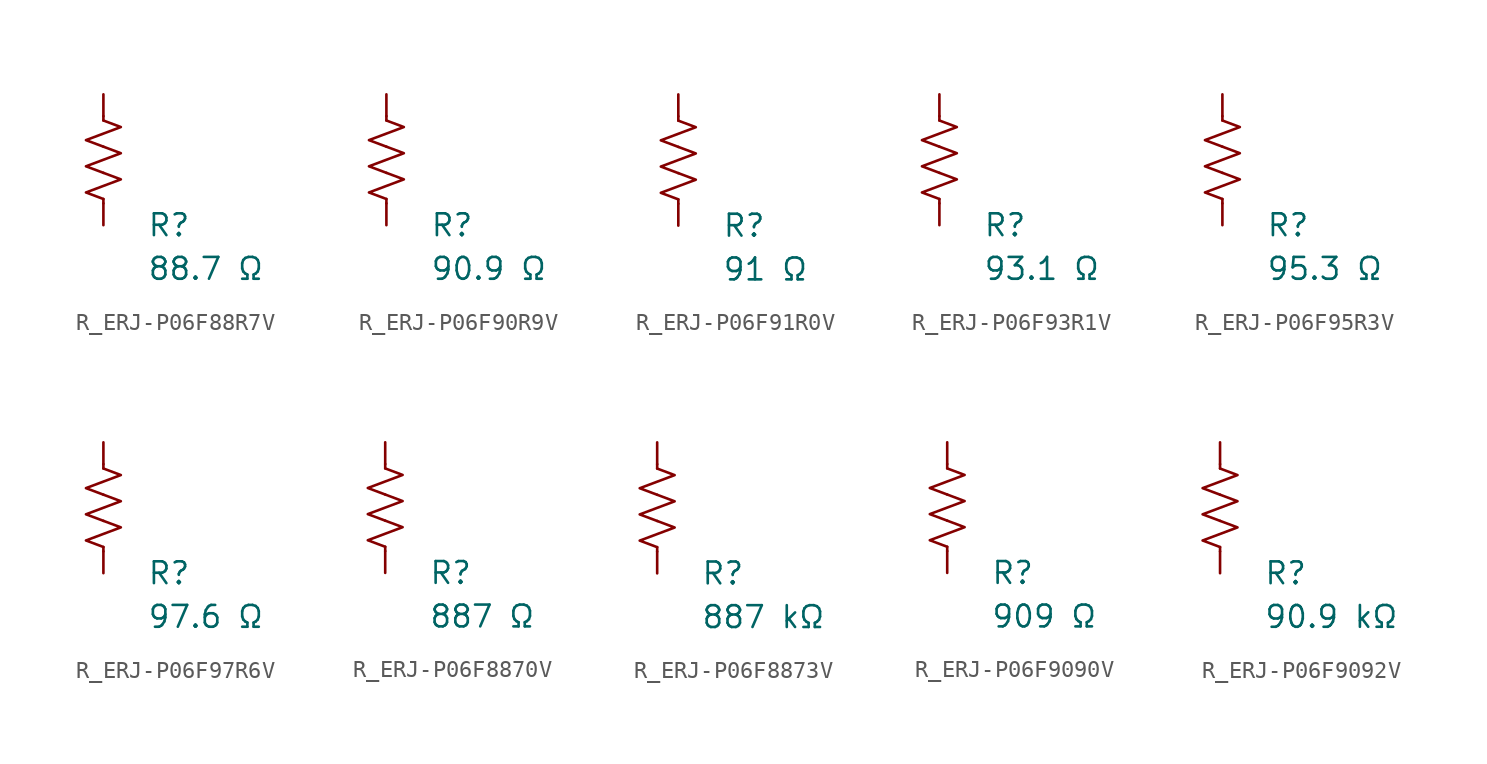
<source format=kicad_sym>
(kicad_symbol_lib
  (version 20231120)
  (generator "kicad_symbol_editor")
  (generator_version "8.0")
  (symbol "R_ERJ-P06F88R7V"
    (pin_numbers hide)
    (pin_names
      (offset 0))
    (property "Reference" "R"
      (at 2.54 -3.81 0)
      (effects (font (size 1.27 1.27)) (justify left))
      (show_name no))
    (property "Value" "88.7 Ω"
      (at 2.54 -6.35 0)
      (effects (font (size 1.27 1.27)) (justify left))
      (show_name no))
    (symbol "R_ERJ-P06F88R7V_0_1"
      (polyline (pts (xy 0 -2.286) (xy 0 -2.54)) (stroke (width 0) (type default)) (fill (type none)))
      (polyline (pts (xy 0 2.286) (xy 0 2.54)) (stroke (width 0) (type default)) (fill (type none)))
      (polyline (pts (xy 0 -0.762) (xy 1.016 -1.143) (xy 0 -1.524) (xy -1.016 -1.905) (xy 0 -2.286)) (stroke (width 0) (type default)) (fill (type none)))
      (polyline (pts (xy 0 0.762) (xy 1.016 0.381) (xy 0 0) (xy -1.016 -0.381) (xy 0 -0.762)) (stroke (width 0) (type default)) (fill (type none)))
      (polyline (pts (xy 0 2.286) (xy 1.016 1.905) (xy 0 1.524) (xy -1.016 1.143) (xy 0 0.762)) (stroke (width 0) (type default)) (fill (type none))))
    (symbol "R_ERJ-P06F88R7V_1_1"
      (pin passive line (at 0 3.81 270) (length 1.27) (name "~" (effects (font (size 1.27 1.27)))) (number "1" (effects (font (size 1.27 1.27)))))
      (pin passive line (at 0 -3.81 90) (length 1.27) (name "~" (effects (font (size 1.27 1.27)))) (number "2" (effects (font (size 1.27 1.27)))))))
  (symbol "R_ERJ-P06F90R9V"
    (pin_numbers hide)
    (pin_names
      (offset 0))
    (property "Reference" "R"
      (at 2.54 -3.81 0)
      (effects (font (size 1.27 1.27)) (justify left))
      (show_name no))
    (property "Value" "90.9 Ω"
      (at 2.54 -6.35 0)
      (effects (font (size 1.27 1.27)) (justify left))
      (show_name no))
    (symbol "R_ERJ-P06F90R9V_0_1"
      (polyline (pts (xy 0 -2.286) (xy 0 -2.54)) (stroke (width 0) (type default)) (fill (type none)))
      (polyline (pts (xy 0 2.286) (xy 0 2.54)) (stroke (width 0) (type default)) (fill (type none)))
      (polyline (pts (xy 0 -0.762) (xy 1.016 -1.143) (xy 0 -1.524) (xy -1.016 -1.905) (xy 0 -2.286)) (stroke (width 0) (type default)) (fill (type none)))
      (polyline (pts (xy 0 0.762) (xy 1.016 0.381) (xy 0 0) (xy -1.016 -0.381) (xy 0 -0.762)) (stroke (width 0) (type default)) (fill (type none)))
      (polyline (pts (xy 0 2.286) (xy 1.016 1.905) (xy 0 1.524) (xy -1.016 1.143) (xy 0 0.762)) (stroke (width 0) (type default)) (fill (type none))))
    (symbol "R_ERJ-P06F90R9V_1_1"
      (pin passive line (at 0 3.81 270) (length 1.27) (name "~" (effects (font (size 1.27 1.27)))) (number "1" (effects (font (size 1.27 1.27)))))
      (pin passive line (at 0 -3.81 90) (length 1.27) (name "~" (effects (font (size 1.27 1.27)))) (number "2" (effects (font (size 1.27 1.27)))))))
  (symbol "R_ERJ-P06F91R0V"
    (pin_numbers hide)
    (pin_names
      (offset 0))
    (property "Reference" "R"
      (at 2.54 -3.81 0)
      (effects (font (size 1.27 1.27)) (justify left))
      (show_name no))
    (property "Value" "91 Ω"
      (at 2.54 -6.35 0)
      (effects (font (size 1.27 1.27)) (justify left))
      (show_name no))
    (symbol "R_ERJ-P06F91R0V_0_1"
      (polyline (pts (xy 0 -2.286) (xy 0 -2.54)) (stroke (width 0) (type default)) (fill (type none)))
      (polyline (pts (xy 0 2.286) (xy 0 2.54)) (stroke (width 0) (type default)) (fill (type none)))
      (polyline (pts (xy 0 -0.762) (xy 1.016 -1.143) (xy 0 -1.524) (xy -1.016 -1.905) (xy 0 -2.286)) (stroke (width 0) (type default)) (fill (type none)))
      (polyline (pts (xy 0 0.762) (xy 1.016 0.381) (xy 0 0) (xy -1.016 -0.381) (xy 0 -0.762)) (stroke (width 0) (type default)) (fill (type none)))
      (polyline (pts (xy 0 2.286) (xy 1.016 1.905) (xy 0 1.524) (xy -1.016 1.143) (xy 0 0.762)) (stroke (width 0) (type default)) (fill (type none))))
    (symbol "R_ERJ-P06F91R0V_1_1"
      (pin passive line (at 0 3.81 270) (length 1.27) (name "~" (effects (font (size 1.27 1.27)))) (number "1" (effects (font (size 1.27 1.27)))))
      (pin passive line (at 0 -3.81 90) (length 1.27) (name "~" (effects (font (size 1.27 1.27)))) (number "2" (effects (font (size 1.27 1.27)))))))
  (symbol "R_ERJ-P06F93R1V"
    (pin_numbers hide)
    (pin_names
      (offset 0))
    (property "Reference" "R"
      (at 2.54 -3.81 0)
      (effects (font (size 1.27 1.27)) (justify left))
      (show_name no))
    (property "Value" "93.1 Ω"
      (at 2.54 -6.35 0)
      (effects (font (size 1.27 1.27)) (justify left))
      (show_name no))
    (symbol "R_ERJ-P06F93R1V_0_1"
      (polyline (pts (xy 0 -2.286) (xy 0 -2.54)) (stroke (width 0) (type default)) (fill (type none)))
      (polyline (pts (xy 0 2.286) (xy 0 2.54)) (stroke (width 0) (type default)) (fill (type none)))
      (polyline (pts (xy 0 -0.762) (xy 1.016 -1.143) (xy 0 -1.524) (xy -1.016 -1.905) (xy 0 -2.286)) (stroke (width 0) (type default)) (fill (type none)))
      (polyline (pts (xy 0 0.762) (xy 1.016 0.381) (xy 0 0) (xy -1.016 -0.381) (xy 0 -0.762)) (stroke (width 0) (type default)) (fill (type none)))
      (polyline (pts (xy 0 2.286) (xy 1.016 1.905) (xy 0 1.524) (xy -1.016 1.143) (xy 0 0.762)) (stroke (width 0) (type default)) (fill (type none))))
    (symbol "R_ERJ-P06F93R1V_1_1"
      (pin passive line (at 0 3.81 270) (length 1.27) (name "~" (effects (font (size 1.27 1.27)))) (number "1" (effects (font (size 1.27 1.27)))))
      (pin passive line (at 0 -3.81 90) (length 1.27) (name "~" (effects (font (size 1.27 1.27)))) (number "2" (effects (font (size 1.27 1.27)))))))
  (symbol "R_ERJ-P06F95R3V"
    (pin_numbers hide)
    (pin_names
      (offset 0))
    (property "Reference" "R"
      (at 2.54 -3.81 0)
      (effects (font (size 1.27 1.27)) (justify left))
      (show_name no))
    (property "Value" "95.3 Ω"
      (at 2.54 -6.35 0)
      (effects (font (size 1.27 1.27)) (justify left))
      (show_name no))
    (symbol "R_ERJ-P06F95R3V_0_1"
      (polyline (pts (xy 0 -2.286) (xy 0 -2.54)) (stroke (width 0) (type default)) (fill (type none)))
      (polyline (pts (xy 0 2.286) (xy 0 2.54)) (stroke (width 0) (type default)) (fill (type none)))
      (polyline (pts (xy 0 -0.762) (xy 1.016 -1.143) (xy 0 -1.524) (xy -1.016 -1.905) (xy 0 -2.286)) (stroke (width 0) (type default)) (fill (type none)))
      (polyline (pts (xy 0 0.762) (xy 1.016 0.381) (xy 0 0) (xy -1.016 -0.381) (xy 0 -0.762)) (stroke (width 0) (type default)) (fill (type none)))
      (polyline (pts (xy 0 2.286) (xy 1.016 1.905) (xy 0 1.524) (xy -1.016 1.143) (xy 0 0.762)) (stroke (width 0) (type default)) (fill (type none))))
    (symbol "R_ERJ-P06F95R3V_1_1"
      (pin passive line (at 0 3.81 270) (length 1.27) (name "~" (effects (font (size 1.27 1.27)))) (number "1" (effects (font (size 1.27 1.27)))))
      (pin passive line (at 0 -3.81 90) (length 1.27) (name "~" (effects (font (size 1.27 1.27)))) (number "2" (effects (font (size 1.27 1.27)))))))
  (symbol "R_ERJ-P06F97R6V"
    (pin_numbers hide)
    (pin_names
      (offset 0))
    (property "Reference" "R"
      (at 2.54 -3.81 0)
      (effects (font (size 1.27 1.27)) (justify left))
      (show_name no))
    (property "Value" "97.6 Ω"
      (at 2.54 -6.35 0)
      (effects (font (size 1.27 1.27)) (justify left))
      (show_name no))
    (symbol "R_ERJ-P06F97R6V_0_1"
      (polyline (pts (xy 0 -2.286) (xy 0 -2.54)) (stroke (width 0) (type default)) (fill (type none)))
      (polyline (pts (xy 0 2.286) (xy 0 2.54)) (stroke (width 0) (type default)) (fill (type none)))
      (polyline (pts (xy 0 -0.762) (xy 1.016 -1.143) (xy 0 -1.524) (xy -1.016 -1.905) (xy 0 -2.286)) (stroke (width 0) (type default)) (fill (type none)))
      (polyline (pts (xy 0 0.762) (xy 1.016 0.381) (xy 0 0) (xy -1.016 -0.381) (xy 0 -0.762)) (stroke (width 0) (type default)) (fill (type none)))
      (polyline (pts (xy 0 2.286) (xy 1.016 1.905) (xy 0 1.524) (xy -1.016 1.143) (xy 0 0.762)) (stroke (width 0) (type default)) (fill (type none))))
    (symbol "R_ERJ-P06F97R6V_1_1"
      (pin passive line (at 0 3.81 270) (length 1.27) (name "~" (effects (font (size 1.27 1.27)))) (number "1" (effects (font (size 1.27 1.27)))))
      (pin passive line (at 0 -3.81 90) (length 1.27) (name "~" (effects (font (size 1.27 1.27)))) (number "2" (effects (font (size 1.27 1.27)))))))
  (symbol "R_ERJ-P06F8870V"
    (pin_numbers hide)
    (pin_names
      (offset 0))
    (property "Reference" "R"
      (at 2.54 -3.81 0)
      (effects (font (size 1.27 1.27)) (justify left))
      (show_name no))
    (property "Value" "887 Ω"
      (at 2.54 -6.35 0)
      (effects (font (size 1.27 1.27)) (justify left))
      (show_name no))
    (symbol "R_ERJ-P06F8870V_0_1"
      (polyline (pts (xy 0 -2.286) (xy 0 -2.54)) (stroke (width 0) (type default)) (fill (type none)))
      (polyline (pts (xy 0 2.286) (xy 0 2.54)) (stroke (width 0) (type default)) (fill (type none)))
      (polyline (pts (xy 0 -0.762) (xy 1.016 -1.143) (xy 0 -1.524) (xy -1.016 -1.905) (xy 0 -2.286)) (stroke (width 0) (type default)) (fill (type none)))
      (polyline (pts (xy 0 0.762) (xy 1.016 0.381) (xy 0 0) (xy -1.016 -0.381) (xy 0 -0.762)) (stroke (width 0) (type default)) (fill (type none)))
      (polyline (pts (xy 0 2.286) (xy 1.016 1.905) (xy 0 1.524) (xy -1.016 1.143) (xy 0 0.762)) (stroke (width 0) (type default)) (fill (type none))))
    (symbol "R_ERJ-P06F8870V_1_1"
      (pin passive line (at 0 3.81 270) (length 1.27) (name "~" (effects (font (size 1.27 1.27)))) (number "1" (effects (font (size 1.27 1.27)))))
      (pin passive line (at 0 -3.81 90) (length 1.27) (name "~" (effects (font (size 1.27 1.27)))) (number "2" (effects (font (size 1.27 1.27)))))))
  (symbol "R_ERJ-P06F8873V"
    (pin_numbers hide)
    (pin_names
      (offset 0))
    (property "Reference" "R"
      (at 2.54 -3.81 0)
      (effects (font (size 1.27 1.27)) (justify left))
      (show_name no))
    (property "Value" "887 kΩ"
      (at 2.54 -6.35 0)
      (effects (font (size 1.27 1.27)) (justify left))
      (show_name no))
    (symbol "R_ERJ-P06F8873V_0_1"
      (polyline (pts (xy 0 -2.286) (xy 0 -2.54)) (stroke (width 0) (type default)) (fill (type none)))
      (polyline (pts (xy 0 2.286) (xy 0 2.54)) (stroke (width 0) (type default)) (fill (type none)))
      (polyline (pts (xy 0 -0.762) (xy 1.016 -1.143) (xy 0 -1.524) (xy -1.016 -1.905) (xy 0 -2.286)) (stroke (width 0) (type default)) (fill (type none)))
      (polyline (pts (xy 0 0.762) (xy 1.016 0.381) (xy 0 0) (xy -1.016 -0.381) (xy 0 -0.762)) (stroke (width 0) (type default)) (fill (type none)))
      (polyline (pts (xy 0 2.286) (xy 1.016 1.905) (xy 0 1.524) (xy -1.016 1.143) (xy 0 0.762)) (stroke (width 0) (type default)) (fill (type none))))
    (symbol "R_ERJ-P06F8873V_1_1"
      (pin passive line (at 0 3.81 270) (length 1.27) (name "~" (effects (font (size 1.27 1.27)))) (number "1" (effects (font (size 1.27 1.27)))))
      (pin passive line (at 0 -3.81 90) (length 1.27) (name "~" (effects (font (size 1.27 1.27)))) (number "2" (effects (font (size 1.27 1.27)))))))
  (symbol "R_ERJ-P06F9090V"
    (pin_numbers hide)
    (pin_names
      (offset 0))
    (property "Reference" "R"
      (at 2.54 -3.81 0)
      (effects (font (size 1.27 1.27)) (justify left))
      (show_name no))
    (property "Value" "909 Ω"
      (at 2.54 -6.35 0)
      (effects (font (size 1.27 1.27)) (justify left))
      (show_name no))
    (symbol "R_ERJ-P06F9090V_0_1"
      (polyline (pts (xy 0 -2.286) (xy 0 -2.54)) (stroke (width 0) (type default)) (fill (type none)))
      (polyline (pts (xy 0 2.286) (xy 0 2.54)) (stroke (width 0) (type default)) (fill (type none)))
      (polyline (pts (xy 0 -0.762) (xy 1.016 -1.143) (xy 0 -1.524) (xy -1.016 -1.905) (xy 0 -2.286)) (stroke (width 0) (type default)) (fill (type none)))
      (polyline (pts (xy 0 0.762) (xy 1.016 0.381) (xy 0 0) (xy -1.016 -0.381) (xy 0 -0.762)) (stroke (width 0) (type default)) (fill (type none)))
      (polyline (pts (xy 0 2.286) (xy 1.016 1.905) (xy 0 1.524) (xy -1.016 1.143) (xy 0 0.762)) (stroke (width 0) (type default)) (fill (type none))))
    (symbol "R_ERJ-P06F9090V_1_1"
      (pin passive line (at 0 3.81 270) (length 1.27) (name "~" (effects (font (size 1.27 1.27)))) (number "1" (effects (font (size 1.27 1.27)))))
      (pin passive line (at 0 -3.81 90) (length 1.27) (name "~" (effects (font (size 1.27 1.27)))) (number "2" (effects (font (size 1.27 1.27)))))))
  (symbol "R_ERJ-P06F9092V"
    (pin_numbers hide)
    (pin_names
      (offset 0))
    (property "Reference" "R"
      (at 2.54 -3.81 0)
      (effects (font (size 1.27 1.27)) (justify left))
      (show_name no))
    (property "Value" "90.9 kΩ"
      (at 2.54 -6.35 0)
      (effects (font (size 1.27 1.27)) (justify left))
      (show_name no))
    (symbol "R_ERJ-P06F9092V_0_1"
      (polyline (pts (xy 0 -2.286) (xy 0 -2.54)) (stroke (width 0) (type default)) (fill (type none)))
      (polyline (pts (xy 0 2.286) (xy 0 2.54)) (stroke (width 0) (type default)) (fill (type none)))
      (polyline (pts (xy 0 -0.762) (xy 1.016 -1.143) (xy 0 -1.524) (xy -1.016 -1.905) (xy 0 -2.286)) (stroke (width 0) (type default)) (fill (type none)))
      (polyline (pts (xy 0 0.762) (xy 1.016 0.381) (xy 0 0) (xy -1.016 -0.381) (xy 0 -0.762)) (stroke (width 0) (type default)) (fill (type none)))
      (polyline (pts (xy 0 2.286) (xy 1.016 1.905) (xy 0 1.524) (xy -1.016 1.143) (xy 0 0.762)) (stroke (width 0) (type default)) (fill (type none))))
    (symbol "R_ERJ-P06F9092V_1_1"
      (pin passive line (at 0 3.81 270) (length 1.27) (name "~" (effects (font (size 1.27 1.27)))) (number "1" (effects (font (size 1.27 1.27)))))
      (pin passive line (at 0 -3.81 90) (length 1.27) (name "~" (effects (font (size 1.27 1.27)))) (number "2" (effects (font (size 1.27 1.27))))))))
</source>
